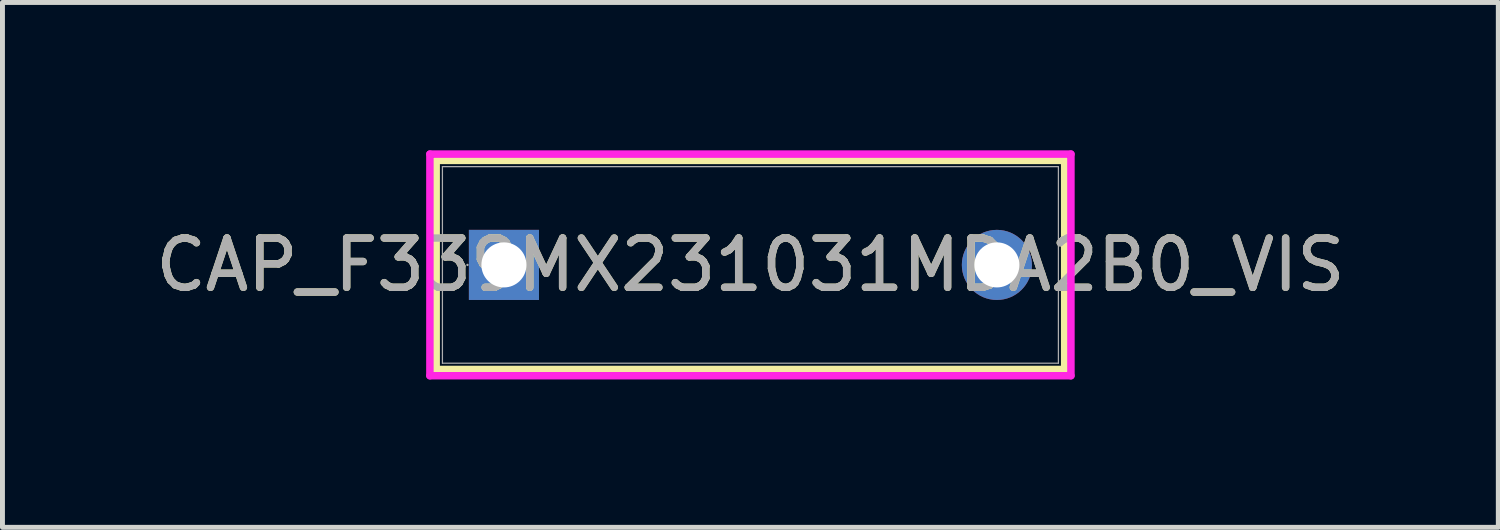
<source format=kicad_pcb>
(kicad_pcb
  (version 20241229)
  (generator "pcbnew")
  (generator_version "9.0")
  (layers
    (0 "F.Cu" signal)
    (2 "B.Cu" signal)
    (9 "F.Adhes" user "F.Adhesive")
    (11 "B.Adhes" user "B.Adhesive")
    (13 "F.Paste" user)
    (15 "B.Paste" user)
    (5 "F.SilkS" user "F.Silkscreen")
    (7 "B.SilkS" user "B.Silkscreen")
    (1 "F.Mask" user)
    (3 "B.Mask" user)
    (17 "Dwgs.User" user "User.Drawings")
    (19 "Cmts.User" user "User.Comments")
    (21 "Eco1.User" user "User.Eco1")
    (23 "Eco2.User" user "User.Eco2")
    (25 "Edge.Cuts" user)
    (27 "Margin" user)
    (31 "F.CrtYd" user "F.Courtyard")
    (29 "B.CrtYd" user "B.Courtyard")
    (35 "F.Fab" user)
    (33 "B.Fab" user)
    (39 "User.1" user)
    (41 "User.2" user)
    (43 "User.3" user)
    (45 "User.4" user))
  (footprint "CAP_F339MX231031MDA2B0_VIS"
    (layer "F.Cu")
    (at 7.173 2.324)
    (property "Reference" "CAP_F339MX231031MDA2B0_VIS" (at 5 0 0) (unlocked yes) (layer "F.SilkS") (effects (font (size 1 1) (thickness 0.15))))
    (attr through_hole)
    (fp_line (start -1.375 -2.121) (end -1.375 2.121) (stroke (width 0.152) (type solid)) (layer "F.SilkS"))
    (fp_line (start 11.375 -2.121) (end -1.375 -2.121) (stroke (width 0.152) (type solid)) (layer "F.SilkS"))
    (fp_line (start 11.375 -2.121) (end 11.375 2.121) (stroke (width 0.152) (type solid)) (layer "F.SilkS"))
    (fp_line (start 11.375 2.121) (end -1.375 2.121) (stroke (width 0.152) (type solid)) (layer "F.SilkS"))
    (fp_line (start -1.502 -2.248) (end 11.502 -2.248) (stroke (width 0.152) (type solid)) (layer "F.CrtYd"))
    (fp_line (start -1.502 2.248) (end -1.502 -2.248) (stroke (width 0.152) (type solid)) (layer "F.CrtYd"))
    (fp_line (start 11.502 -2.248) (end 11.502 2.248) (stroke (width 0.152) (type solid)) (layer "F.CrtYd"))
    (fp_line (start 11.502 2.248) (end -1.502 2.248) (stroke (width 0.152) (type solid)) (layer "F.CrtYd"))
    (fp_line (start -1.248 -1.994) (end -1.248 1.994) (stroke (width 0.025) (type solid)) (layer "F.Fab"))
    (fp_line (start 11.248 -1.994) (end -1.248 -1.994) (stroke (width 0.025) (type solid)) (layer "F.Fab"))
    (fp_line (start 11.248 -1.994) (end 11.248 1.994) (stroke (width 0.025) (type solid)) (layer "F.Fab"))
    (fp_line (start 11.248 1.994) (end -1.248 1.994) (stroke (width 0.025) (type solid)) (layer "F.Fab"))
    (fp_circle (center -0.74 0) (end -0.74 0) (stroke (width 0.025) (type solid)) (fill no) (layer "F.Fab"))
    (fp_text user "${REFERENCE}" (at 5 0 0) (unlocked yes) (layer "F.Fab") (effects (font (size 1 1) (thickness 0.15))))
    (pad "1" thru_hole rect (at 0 0) (size 1.422 1.422) (drill 0.914) (layers "*.Cu" "*.Mask"))
    (pad "2" thru_hole circle (at 10 0) (size 1.422 1.422) (drill 0.914) (layers "*.Cu" "*.Mask")))
  (gr_rect
    (start -3 -3)
    (end 27.345 7.648)
    (stroke (width 0.1) (type default))
    (fill no)
    (layer "Edge.Cuts")))
</source>
